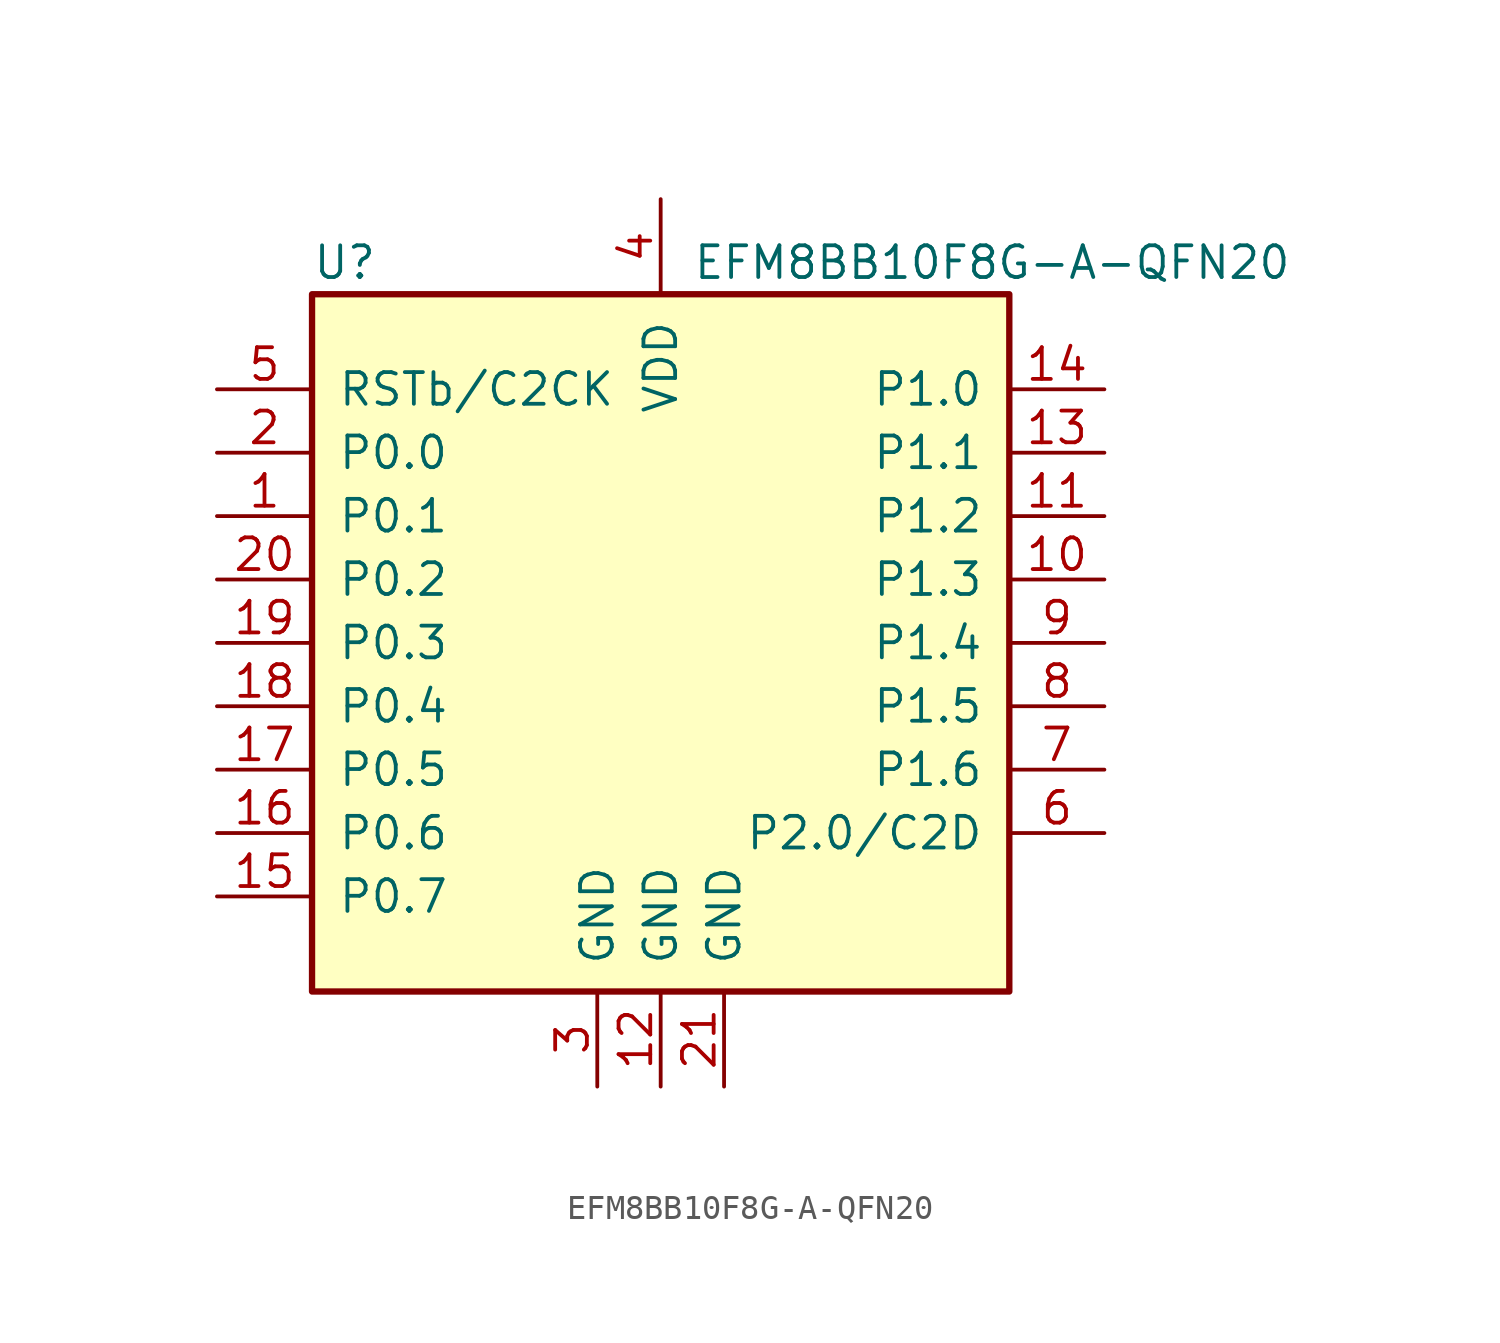
<source format=kicad_sym>
(kicad_symbol_lib
  (version 20211014)
  (generator kicad_symbol_editor)
  (symbol "EFM8BB10F8G-A-QFN20"
    (pin_names
      (offset 1.016))
    (property "Reference" "U"
      (at -13.97 15.24 0)
      (effects (font (size 1.27 1.27)) (justify left)))
    (property "Value" "EFM8BB10F8G-A-QFN20"
      (at 1.27 15.24 0)
      (effects (font (size 1.27 1.27)) (justify left)))
    (symbol "EFM8BB10F8G-A-QFN20_0_1"
      (rectangle (start -13.97 13.97) (end 13.97 -13.97) (stroke (width 0.254) (type default) (color 0 0 0 0)) (fill (type background)))
      (pin bidirectional line (at -17.78 5.08 0) (length 3.81) (name "P0.1" (effects (font (size 1.27 1.27)))) (number "1" (effects (font (size 1.27 1.27)))))
      (pin bidirectional line (at 17.78 2.54 180) (length 3.81) (name "P1.3" (effects (font (size 1.27 1.27)))) (number "10" (effects (font (size 1.27 1.27)))))
      (pin bidirectional line (at 17.78 5.08 180) (length 3.81) (name "P1.2" (effects (font (size 1.27 1.27)))) (number "11" (effects (font (size 1.27 1.27)))))
      (pin power_in line (at 0 -17.78 90) (length 3.81) (name "GND" (effects (font (size 1.27 1.27)))) (number "12" (effects (font (size 1.27 1.27)))))
      (pin bidirectional line (at 17.78 7.62 180) (length 3.81) (name "P1.1" (effects (font (size 1.27 1.27)))) (number "13" (effects (font (size 1.27 1.27)))))
      (pin bidirectional line (at 17.78 10.16 180) (length 3.81) (name "P1.0" (effects (font (size 1.27 1.27)))) (number "14" (effects (font (size 1.27 1.27)))))
      (pin bidirectional line (at -17.78 -10.16 0) (length 3.81) (name "P0.7" (effects (font (size 1.27 1.27)))) (number "15" (effects (font (size 1.27 1.27)))))
      (pin bidirectional line (at -17.78 -7.62 0) (length 3.81) (name "P0.6" (effects (font (size 1.27 1.27)))) (number "16" (effects (font (size 1.27 1.27)))))
      (pin bidirectional line (at -17.78 -5.08 0) (length 3.81) (name "P0.5" (effects (font (size 1.27 1.27)))) (number "17" (effects (font (size 1.27 1.27)))))
      (pin bidirectional line (at -17.78 -2.54 0) (length 3.81) (name "P0.4" (effects (font (size 1.27 1.27)))) (number "18" (effects (font (size 1.27 1.27)))))
      (pin bidirectional line (at -17.78 0 0) (length 3.81) (name "P0.3" (effects (font (size 1.27 1.27)))) (number "19" (effects (font (size 1.27 1.27)))))
      (pin bidirectional line (at -17.78 7.62 0) (length 3.81) (name "P0.0" (effects (font (size 1.27 1.27)))) (number "2" (effects (font (size 1.27 1.27)))))
      (pin bidirectional line (at -17.78 2.54 0) (length 3.81) (name "P0.2" (effects (font (size 1.27 1.27)))) (number "20" (effects (font (size 1.27 1.27)))))
      (pin power_in line (at 2.54 -17.78 90) (length 3.81) (name "GND" (effects (font (size 1.27 1.27)))) (number "21" (effects (font (size 1.27 1.27)))))
      (pin power_in line (at -2.54 -17.78 90) (length 3.81) (name "GND" (effects (font (size 1.27 1.27)))) (number "3" (effects (font (size 1.27 1.27)))))
      (pin power_in line (at 0 17.78 270) (length 3.81) (name "VDD" (effects (font (size 1.27 1.27)))) (number "4" (effects (font (size 1.27 1.27)))))
      (pin input line (at -17.78 10.16 0) (length 3.81) (name "RSTb/C2CK" (effects (font (size 1.27 1.27)))) (number "5" (effects (font (size 1.27 1.27)))))
      (pin bidirectional line (at 17.78 -7.62 180) (length 3.81) (name "P2.0/C2D" (effects (font (size 1.27 1.27)))) (number "6" (effects (font (size 1.27 1.27)))))
      (pin bidirectional line (at 17.78 -5.08 180) (length 3.81) (name "P1.6" (effects (font (size 1.27 1.27)))) (number "7" (effects (font (size 1.27 1.27)))))
      (pin bidirectional line (at 17.78 -2.54 180) (length 3.81) (name "P1.5" (effects (font (size 1.27 1.27)))) (number "8" (effects (font (size 1.27 1.27)))))
      (pin bidirectional line (at 17.78 0 180) (length 3.81) (name "P1.4" (effects (font (size 1.27 1.27)))) (number "9" (effects (font (size 1.27 1.27))))))))
</source>
